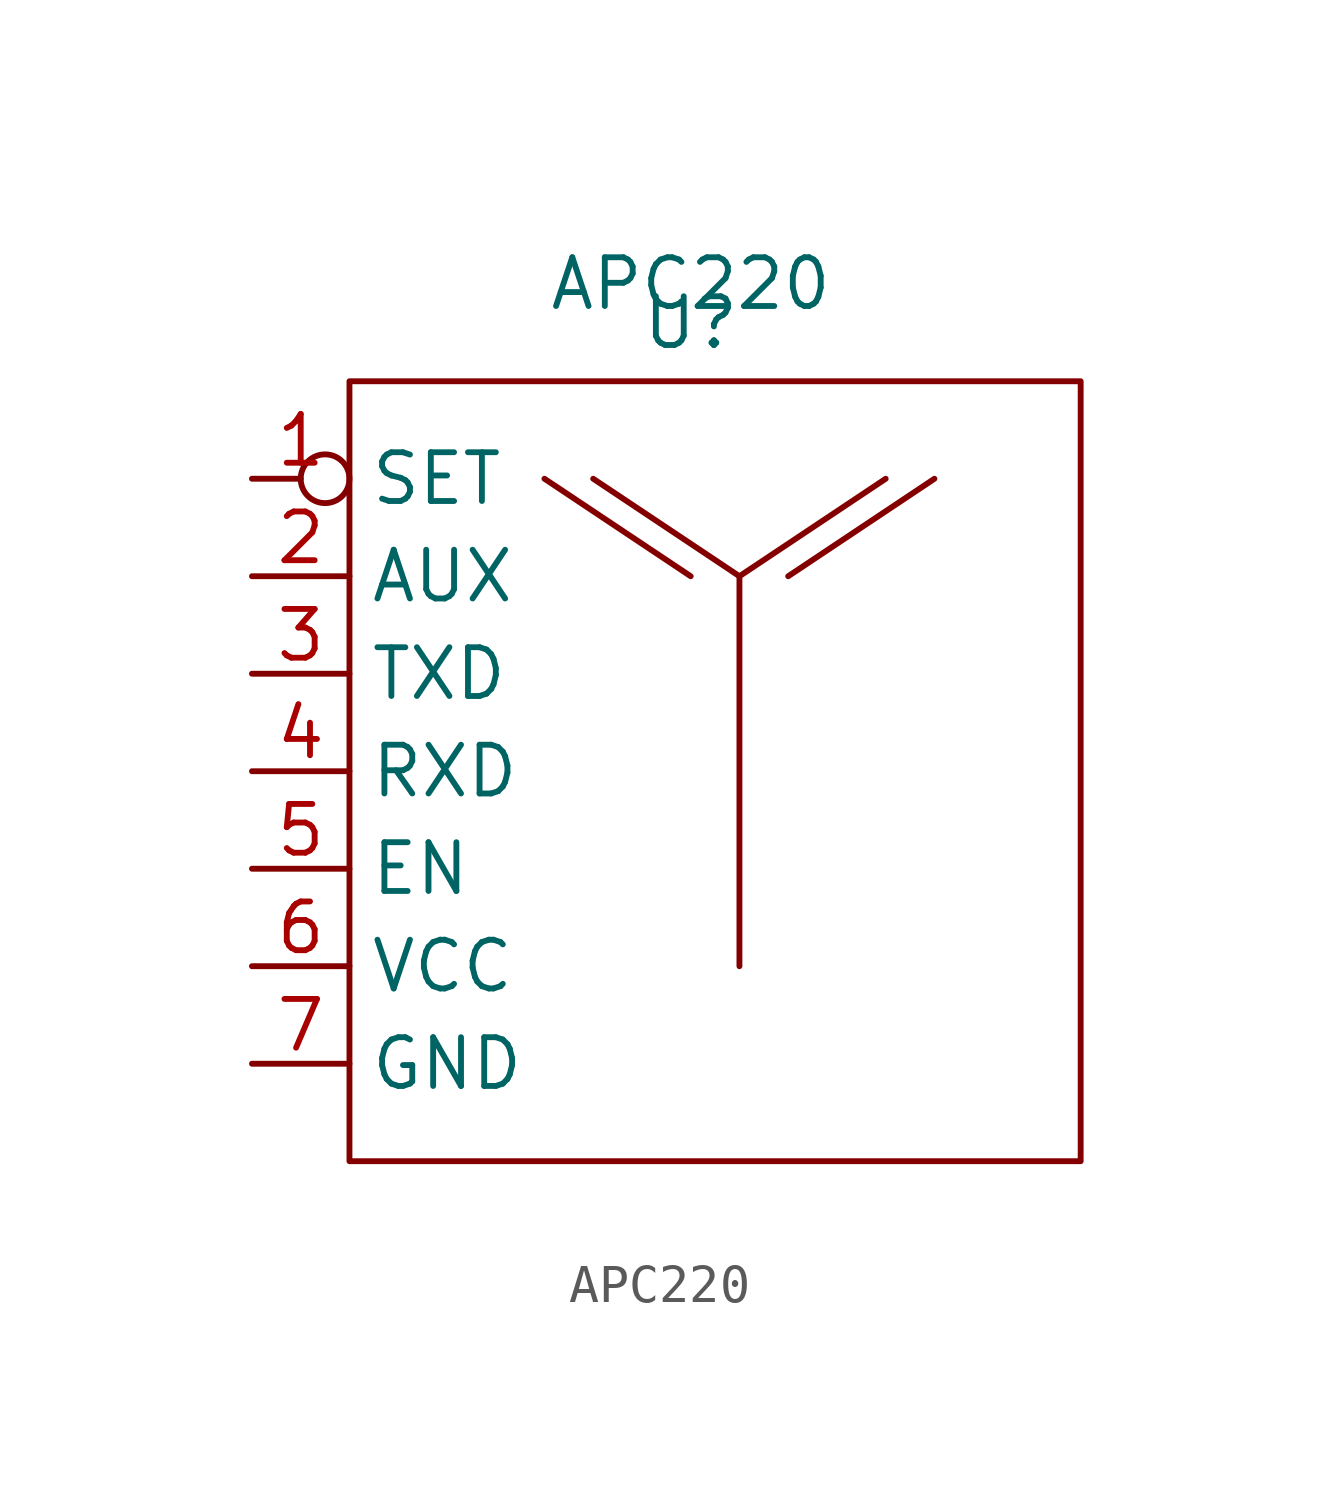
<source format=kicad_sym>
(kicad_symbol_lib
  (version 20231120)
  (generator "kicad_symbol_editor")
  (generator_version "8.0")
  (symbol "APC220"
    (property "Reference" "U"
      (at -1.27 11.684 0)
      (effects (font (size 1.27 1.27))))
    (property "Value" "APC220"
      (at -1.27 12.7 0)
      (effects (font (size 1.27 1.27))))
    (symbol "APC220_0_1"
      (rectangle (start -10.16 10.16) (end 8.89 -10.16) (stroke (width 0) (type default)) (fill (type none)))
      (polyline (pts (xy -1.27 5.08) (xy -5.08 7.62)) (stroke (width 0) (type default)) (fill (type none)))
      (polyline (pts (xy 0 -5.08) (xy 0 5.08)) (stroke (width 0) (type default)) (fill (type none)))
      (polyline (pts (xy 0 5.08) (xy -3.81 7.62)) (stroke (width 0) (type default)) (fill (type none)))
      (polyline (pts (xy 0 5.08) (xy 3.81 7.62)) (stroke (width 0) (type default)) (fill (type none)))
      (polyline (pts (xy 1.27 5.08) (xy 5.08 7.62)) (stroke (width 0) (type default)) (fill (type none))))
    (symbol "APC220_1_1"
      (pin input inverted (at -12.7 7.62 0) (length 2.54) (name "SET" (effects (font (size 1.27 1.27)))) (number "1" (effects (font (size 1.27 1.27)))))
      (pin input line (at -12.7 5.08 0) (length 2.54) (name "AUX" (effects (font (size 1.27 1.27)))) (number "2" (effects (font (size 1.27 1.27)))))
      (pin input line (at -12.7 2.54 0) (length 2.54) (name "TXD" (effects (font (size 1.27 1.27)))) (number "3" (effects (font (size 1.27 1.27)))))
      (pin output line (at -12.7 0 0) (length 2.54) (name "RXD" (effects (font (size 1.27 1.27)))) (number "4" (effects (font (size 1.27 1.27)))))
      (pin input line (at -12.7 -2.54 0) (length 2.54) (name "EN" (effects (font (size 1.27 1.27)))) (number "5" (effects (font (size 1.27 1.27)))))
      (pin power_in line (at -12.7 -5.08 0) (length 2.54) (name "VCC" (effects (font (size 1.27 1.27)))) (number "6" (effects (font (size 1.27 1.27)))))
      (pin power_out line (at -12.7 -7.62 0) (length 2.54) (name "GND" (effects (font (size 1.27 1.27)))) (number "7" (effects (font (size 1.27 1.27))))))))
</source>
